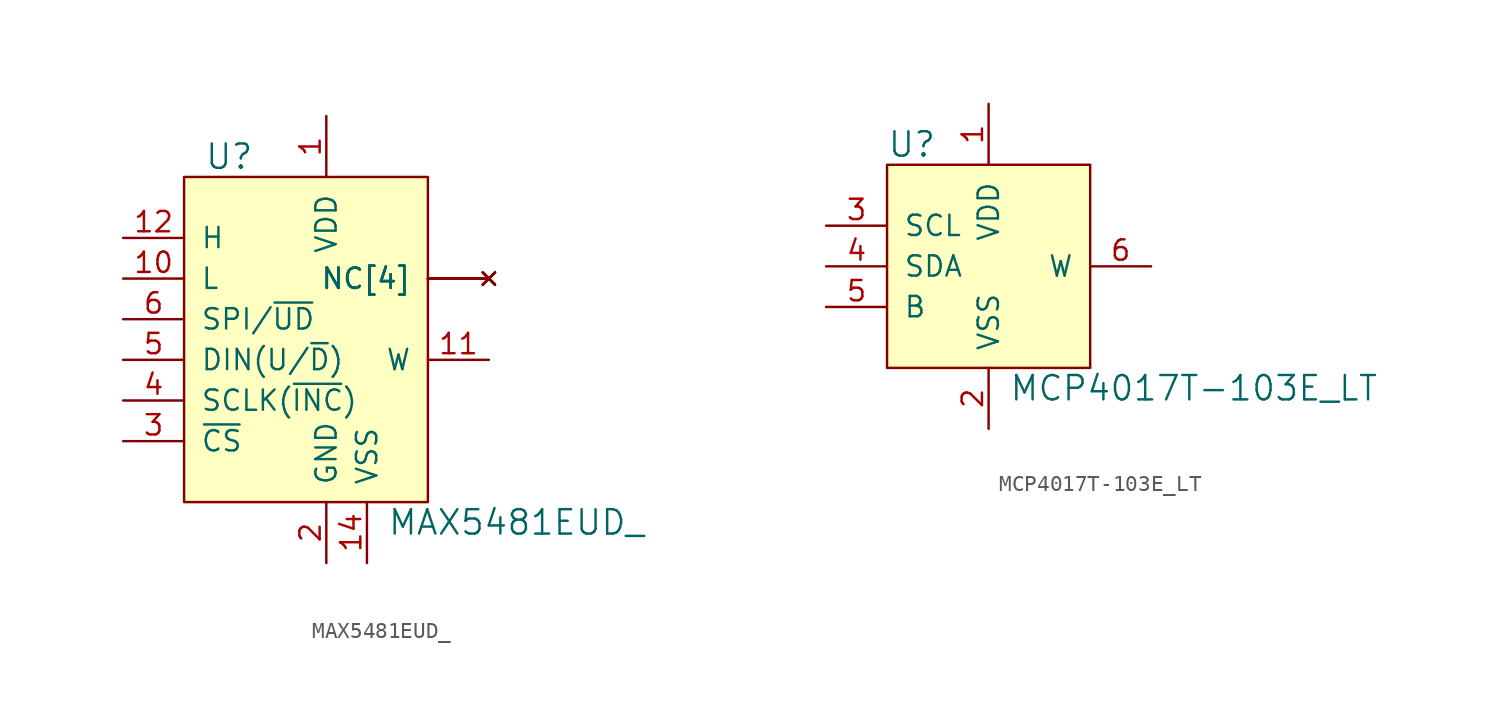
<source format=kicad_sym>
(kicad_symbol_lib
  (version 20220914)
  (generator kicad_symbol_editor)
  (symbol "MAX5481EUD_"
    (pin_names
      (offset 1.016))
    (property "Reference" "U"
      (at -7.62 10.16 0)
      (effects (font (size 1.524 1.524)) (justify left)))
    (property "Value" "MAX5481EUD_"
      (at 3.81 -12.7 0)
      (effects (font (size 1.524 1.524)) (justify left)))
    (symbol "MAX5481EUD__0_1"
      (rectangle (start -8.89 8.89) (end 6.35 -11.43) (stroke (width 0) (type solid)) (fill (type background))))
    (symbol "MAX5481EUD__1_1"
      (pin power_in line (at 0 12.7 270) (length 3.81) (name "VDD" (effects (font (size 1.27 1.27)))) (number "1" (effects (font (size 1.27 1.27)))))
      (pin input line (at -12.7 2.54 0) (length 3.81) (name "L" (effects (font (size 1.27 1.27)))) (number "10" (effects (font (size 1.27 1.27)))))
      (pin output line (at 10.16 -2.54 180) (length 3.81) (name "W" (effects (font (size 1.27 1.27)))) (number "11" (effects (font (size 1.27 1.27)))))
      (pin input line (at -12.7 5.08 0) (length 3.81) (name "H" (effects (font (size 1.27 1.27)))) (number "12" (effects (font (size 1.27 1.27)))))
      (pin no_connect line (at 10.16 2.54 180) (length 3.81) (name "NC[4]" (effects (font (size 1.27 1.27)))) (number "13" (effects (font (size 0 0)))))
      (pin power_in line (at 2.54 -15.24 90) (length 3.81) (name "VSS" (effects (font (size 1.27 1.27)))) (number "14" (effects (font (size 1.27 1.27)))))
      (pin power_in line (at 0 -15.24 90) (length 3.81) (name "GND" (effects (font (size 1.27 1.27)))) (number "2" (effects (font (size 1.27 1.27)))))
      (pin input line (at -12.7 -7.62 0) (length 3.81) (name "~{CS}" (effects (font (size 1.27 1.27)))) (number "3" (effects (font (size 1.27 1.27)))))
      (pin input line (at -12.7 -5.08 0) (length 3.81) (name "SCLK(~{INC})" (effects (font (size 1.27 1.27)))) (number "4" (effects (font (size 1.27 1.27)))))
      (pin input line (at -12.7 -2.54 0) (length 3.81) (name "DIN(U/~{D})" (effects (font (size 1.27 1.27)))) (number "5" (effects (font (size 1.27 1.27)))))
      (pin input line (at -12.7 0 0) (length 3.81) (name "SPI/~{UD}" (effects (font (size 1.27 1.27)))) (number "6" (effects (font (size 1.27 1.27)))))
      (pin no_connect line (at 10.16 2.54 180) (length 3.81) (name "NC[4]" (effects (font (size 1.27 1.27)))) (number "7" (effects (font (size 0 0)))))
      (pin no_connect line (at 10.16 2.54 180) (length 3.81) (name "NC[4]" (effects (font (size 1.27 1.27)))) (number "8" (effects (font (size 0 0)))))
      (pin no_connect line (at 10.16 2.54 180) (length 3.81) (name "NC[4]" (effects (font (size 1.27 1.27)))) (number "9" (effects (font (size 0 0)))))))
  (symbol "MCP4017T-103E_LT"
    (pin_names
      (offset 1.016))
    (property "Reference" "U"
      (at -6.35 7.62 0)
      (effects (font (size 1.524 1.524)) (justify left)))
    (property "Value" "MCP4017T-103E_LT"
      (at 1.27 -7.62 0)
      (effects (font (size 1.524 1.524)) (justify left)))
    (symbol "MCP4017T-103E_LT_0_1"
      (rectangle (start -6.35 6.35) (end 6.35 -6.35) (stroke (width 0) (type solid)) (fill (type background))))
    (symbol "MCP4017T-103E_LT_1_1"
      (pin power_in line (at 0 10.16 270) (length 3.81) (name "VDD" (effects (font (size 1.27 1.27)))) (number "1" (effects (font (size 1.27 1.27)))))
      (pin power_in line (at 0 -10.16 90) (length 3.81) (name "VSS" (effects (font (size 1.27 1.27)))) (number "2" (effects (font (size 1.27 1.27)))))
      (pin input line (at -10.16 2.54 0) (length 3.81) (name "SCL" (effects (font (size 1.27 1.27)))) (number "3" (effects (font (size 1.27 1.27)))))
      (pin bidirectional line (at -10.16 0 0) (length 3.81) (name "SDA" (effects (font (size 1.27 1.27)))) (number "4" (effects (font (size 1.27 1.27)))))
      (pin input line (at -10.16 -2.54 0) (length 3.81) (name "B" (effects (font (size 1.27 1.27)))) (number "5" (effects (font (size 1.27 1.27)))))
      (pin output line (at 10.16 0 180) (length 3.81) (name "W" (effects (font (size 1.27 1.27)))) (number "6" (effects (font (size 1.27 1.27))))))))
</source>
